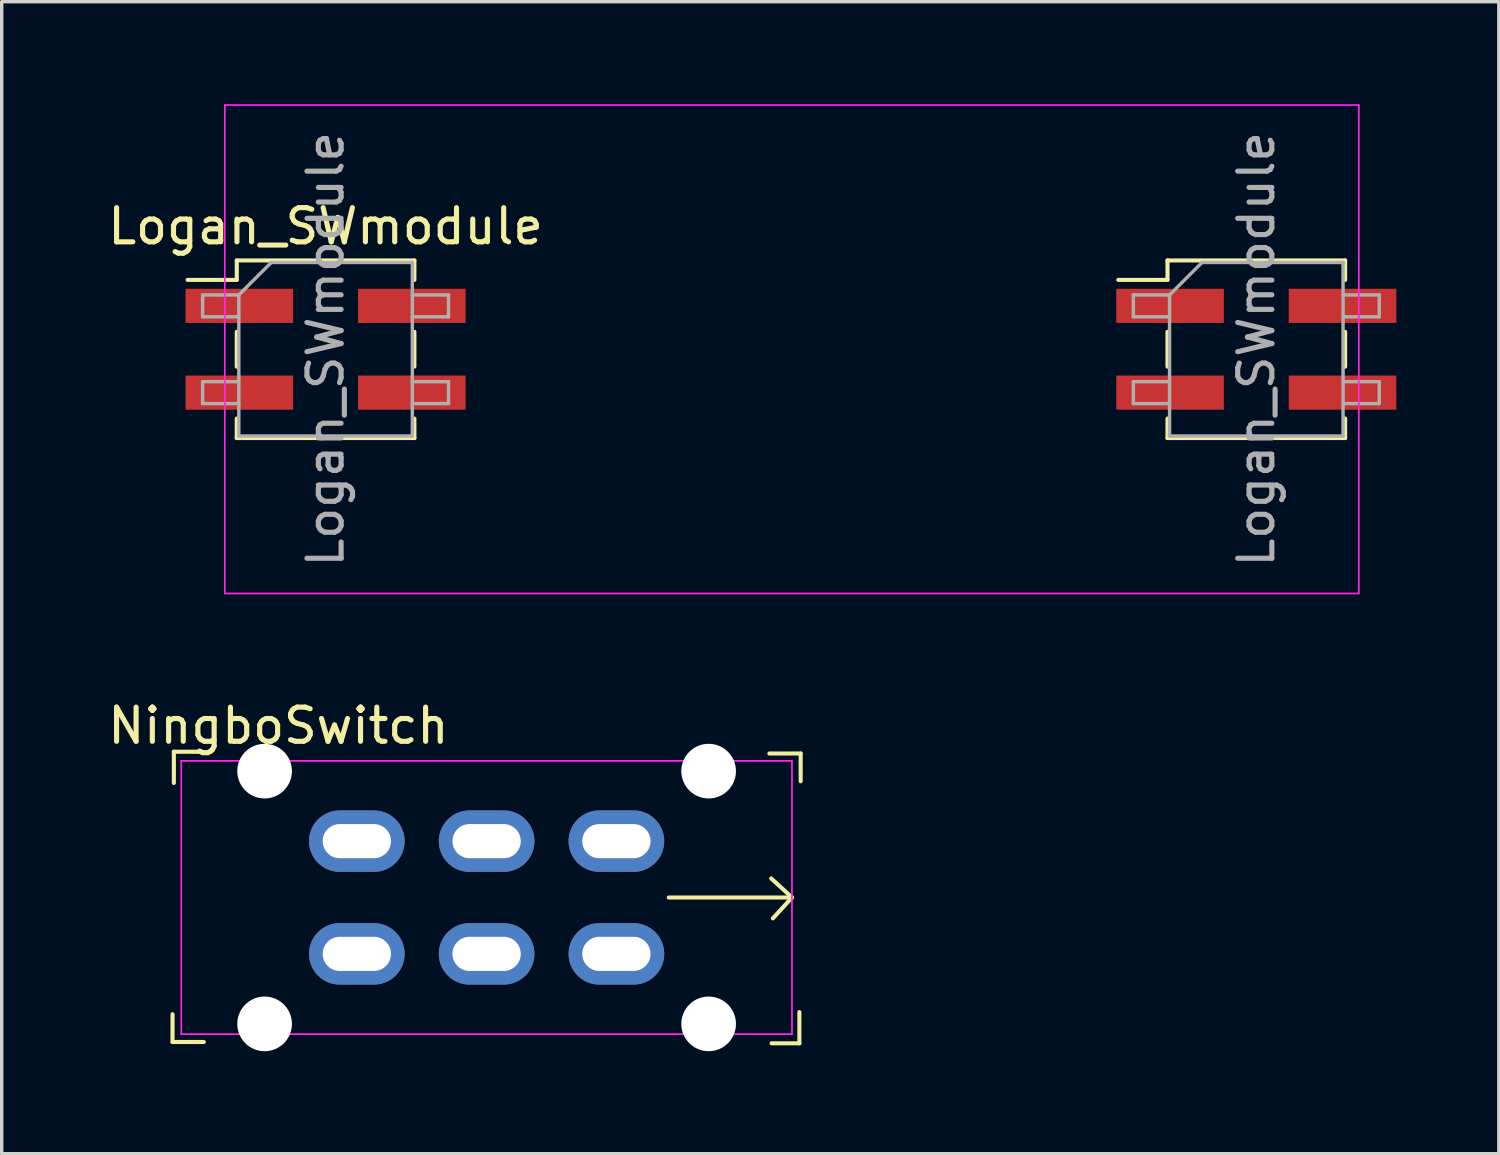
<source format=kicad_pcb>
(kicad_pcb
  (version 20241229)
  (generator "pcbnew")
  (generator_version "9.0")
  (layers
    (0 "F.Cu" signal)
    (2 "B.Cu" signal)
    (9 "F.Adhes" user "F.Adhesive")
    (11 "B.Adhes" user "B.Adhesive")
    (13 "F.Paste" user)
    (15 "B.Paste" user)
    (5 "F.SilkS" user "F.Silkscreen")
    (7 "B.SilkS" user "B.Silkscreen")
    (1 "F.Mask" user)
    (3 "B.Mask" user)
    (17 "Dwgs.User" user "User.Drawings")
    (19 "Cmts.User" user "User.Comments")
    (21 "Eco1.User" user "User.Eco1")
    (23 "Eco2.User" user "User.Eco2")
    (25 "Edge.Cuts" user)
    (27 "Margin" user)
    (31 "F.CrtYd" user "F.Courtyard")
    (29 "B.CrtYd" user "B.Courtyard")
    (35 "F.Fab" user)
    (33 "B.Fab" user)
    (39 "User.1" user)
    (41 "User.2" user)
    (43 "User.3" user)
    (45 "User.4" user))
  (footprint "Logan_SWmodule"
    (layer "F.Cu")
    (at 20.132 7.175)
    (property "Reference" "Logan_SWmodule" (at -13.65 -3.6 0) (layer "F.SilkS") (effects (font (size 1 1) (thickness 0.15))))
    (attr smd)
    (fp_line (start -17.69 -2.03) (end -16.25 -2.03) (stroke (width 0.12) (type solid)) (layer "F.SilkS"))
    (fp_line (start -16.25 -2.6) (end -16.25 -2.03) (stroke (width 0.12) (type solid)) (layer "F.SilkS"))
    (fp_line (start -16.25 -2.6) (end -11.05 -2.6) (stroke (width 0.12) (type solid)) (layer "F.SilkS"))
    (fp_line (start -16.25 -0.51) (end -16.25 0.51) (stroke (width 0.12) (type solid)) (layer "F.SilkS"))
    (fp_line (start -16.25 2.03) (end -16.25 2.6) (stroke (width 0.12) (type solid)) (layer "F.SilkS"))
    (fp_line (start -16.25 2.6) (end -11.05 2.6) (stroke (width 0.12) (type solid)) (layer "F.SilkS"))
    (fp_line (start -11.05 -2.6) (end -11.05 -2.03) (stroke (width 0.12) (type solid)) (layer "F.SilkS"))
    (fp_line (start -11.05 -0.51) (end -11.05 0.51) (stroke (width 0.12) (type solid)) (layer "F.SilkS"))
    (fp_line (start -11.05 2.03) (end -11.05 2.6) (stroke (width 0.12) (type solid)) (layer "F.SilkS"))
    (fp_line (start 9.56 -2.03) (end 11 -2.03) (stroke (width 0.12) (type solid)) (layer "F.SilkS"))
    (fp_line (start 11 -2.6) (end 11 -2.03) (stroke (width 0.12) (type solid)) (layer "F.SilkS"))
    (fp_line (start 11 -2.6) (end 16.2 -2.6) (stroke (width 0.12) (type solid)) (layer "F.SilkS"))
    (fp_line (start 11 -0.51) (end 11 0.51) (stroke (width 0.12) (type solid)) (layer "F.SilkS"))
    (fp_line (start 11 2.03) (end 11 2.6) (stroke (width 0.12) (type solid)) (layer "F.SilkS"))
    (fp_line (start 11 2.6) (end 16.2 2.6) (stroke (width 0.12) (type solid)) (layer "F.SilkS"))
    (fp_line (start 16.2 -2.6) (end 16.2 -2.03) (stroke (width 0.12) (type solid)) (layer "F.SilkS"))
    (fp_line (start 16.2 -0.51) (end 16.2 0.51) (stroke (width 0.12) (type solid)) (layer "F.SilkS"))
    (fp_line (start 16.2 2.03) (end 16.2 2.6) (stroke (width 0.12) (type solid)) (layer "F.SilkS"))
    (fp_line (start -16.6 -7.15) (end -16.6 7.15) (stroke (width 0.05) (type solid)) (layer "F.CrtYd"))
    (fp_line (start 16.6 -7.15) (end -16.6 -7.15) (stroke (width 0.05) (type solid)) (layer "F.CrtYd"))
    (fp_line (start 16.6 7.15) (end -16.6 7.15) (stroke (width 0.05) (type solid)) (layer "F.CrtYd"))
    (fp_line (start 16.6 7.15) (end 16.6 -7.15) (stroke (width 0.05) (type solid)) (layer "F.CrtYd"))
    (fp_line (start -17.25 -1.59) (end -17.25 -0.95) (stroke (width 0.1) (type solid)) (layer "F.Fab"))
    (fp_line (start -17.25 -0.95) (end -16.19 -0.95) (stroke (width 0.1) (type solid)) (layer "F.Fab"))
    (fp_line (start -17.25 0.95) (end -17.25 1.59) (stroke (width 0.1) (type solid)) (layer "F.Fab"))
    (fp_line (start -17.25 1.59) (end -16.19 1.59) (stroke (width 0.1) (type solid)) (layer "F.Fab"))
    (fp_line (start -16.19 -1.59) (end -17.25 -1.59) (stroke (width 0.1) (type solid)) (layer "F.Fab"))
    (fp_line (start -16.19 -1.59) (end -15.24 -2.54) (stroke (width 0.1) (type solid)) (layer "F.Fab"))
    (fp_line (start -16.19 0.95) (end -17.25 0.95) (stroke (width 0.1) (type solid)) (layer "F.Fab"))
    (fp_line (start -16.19 2.54) (end -16.19 -1.59) (stroke (width 0.1) (type solid)) (layer "F.Fab"))
    (fp_line (start -15.24 -2.54) (end -11.11 -2.54) (stroke (width 0.1) (type solid)) (layer "F.Fab"))
    (fp_line (start -11.11 -2.54) (end -11.11 2.54) (stroke (width 0.1) (type solid)) (layer "F.Fab"))
    (fp_line (start -11.11 -1.59) (end -10.05 -1.59) (stroke (width 0.1) (type solid)) (layer "F.Fab"))
    (fp_line (start -11.11 0.95) (end -10.05 0.95) (stroke (width 0.1) (type solid)) (layer "F.Fab"))
    (fp_line (start -11.11 2.54) (end -16.19 2.54) (stroke (width 0.1) (type solid)) (layer "F.Fab"))
    (fp_line (start -10.05 -1.59) (end -10.05 -0.95) (stroke (width 0.1) (type solid)) (layer "F.Fab"))
    (fp_line (start -10.05 -0.95) (end -11.11 -0.95) (stroke (width 0.1) (type solid)) (layer "F.Fab"))
    (fp_line (start -10.05 0.95) (end -10.05 1.59) (stroke (width 0.1) (type solid)) (layer "F.Fab"))
    (fp_line (start -10.05 1.59) (end -11.11 1.59) (stroke (width 0.1) (type solid)) (layer "F.Fab"))
    (fp_line (start 10 -1.59) (end 10 -0.95) (stroke (width 0.1) (type solid)) (layer "F.Fab"))
    (fp_line (start 10 -0.95) (end 11.06 -0.95) (stroke (width 0.1) (type solid)) (layer "F.Fab"))
    (fp_line (start 10 0.95) (end 10 1.59) (stroke (width 0.1) (type solid)) (layer "F.Fab"))
    (fp_line (start 10 1.59) (end 11.06 1.59) (stroke (width 0.1) (type solid)) (layer "F.Fab"))
    (fp_line (start 11.06 -1.59) (end 10 -1.59) (stroke (width 0.1) (type solid)) (layer "F.Fab"))
    (fp_line (start 11.06 -1.59) (end 12.01 -2.54) (stroke (width 0.1) (type solid)) (layer "F.Fab"))
    (fp_line (start 11.06 0.95) (end 10 0.95) (stroke (width 0.1) (type solid)) (layer "F.Fab"))
    (fp_line (start 11.06 2.54) (end 11.06 -1.59) (stroke (width 0.1) (type solid)) (layer "F.Fab"))
    (fp_line (start 12.01 -2.54) (end 16.14 -2.54) (stroke (width 0.1) (type solid)) (layer "F.Fab"))
    (fp_line (start 16.14 -2.54) (end 16.14 2.54) (stroke (width 0.1) (type solid)) (layer "F.Fab"))
    (fp_line (start 16.14 -1.59) (end 17.2 -1.59) (stroke (width 0.1) (type solid)) (layer "F.Fab"))
    (fp_line (start 16.14 0.95) (end 17.2 0.95) (stroke (width 0.1) (type solid)) (layer "F.Fab"))
    (fp_line (start 16.14 2.54) (end 11.06 2.54) (stroke (width 0.1) (type solid)) (layer "F.Fab"))
    (fp_line (start 17.2 -1.59) (end 17.2 -0.95) (stroke (width 0.1) (type solid)) (layer "F.Fab"))
    (fp_line (start 17.2 -0.95) (end 16.14 -0.95) (stroke (width 0.1) (type solid)) (layer "F.Fab"))
    (fp_line (start 17.2 0.95) (end 17.2 1.59) (stroke (width 0.1) (type solid)) (layer "F.Fab"))
    (fp_line (start 17.2 1.59) (end 16.14 1.59) (stroke (width 0.1) (type solid)) (layer "F.Fab"))
    (fp_text user "${REFERENCE}" (at 13.6 0 90) (layer "F.Fab") (effects (font (size 1 1) (thickness 0.15))))
    (fp_text user "${REFERENCE}" (at -13.65 0 90) (layer "F.Fab") (effects (font (size 1 1) (thickness 0.15))))
    (pad "1" smd rect (at 11.075 -1.27) (size 3.15 1) (layers "F.Cu" "F.Mask" "F.Paste"))
    (pad "2" smd rect (at 16.125 -1.27) (size 3.15 1) (layers "F.Cu" "F.Mask" "F.Paste"))
    (pad "3" smd rect (at 11.075 1.27) (size 3.15 1) (layers "F.Cu" "F.Mask" "F.Paste"))
    (pad "4" smd rect (at 16.125 1.27) (size 3.15 1) (layers "F.Cu" "F.Mask" "F.Paste"))
    (pad "5" smd rect (at -16.175 1.27) (size 3.15 1) (layers "F.Cu" "F.Mask" "F.Paste"))
    (pad "6" smd rect (at -11.125 1.27) (size 3.15 1) (layers "F.Cu" "F.Mask" "F.Paste"))
    (pad "7" smd rect (at -16.175 -1.27) (size 3.15 1) (layers "F.Cu" "F.Mask" "F.Paste"))
    (pad "8" smd rect (at -11.125 -1.27) (size 3.15 1) (layers "F.Cu" "F.Mask" "F.Paste")))
  (footprint "NingboSwitch"
    (layer "F.Cu")
    (at 11.197 23.227)
    (property "Reference" "NingboSwitch" (at -6.096 -5.029 180) (layer "F.SilkS") (effects (font (size 1 1) (thickness 0.15))))
    (attr through_hole)
    (fp_line (start -9.196 4.23) (end -9.196 3.417) (stroke (width 0.12) (type solid)) (layer "F.SilkS"))
    (fp_line (start -9.157 -4.268) (end -8.344 -4.268) (stroke (width 0.12) (type solid)) (layer "F.SilkS"))
    (fp_line (start -9.157 -3.354) (end -9.157 -4.268) (stroke (width 0.12) (type solid)) (layer "F.SilkS"))
    (fp_line (start -8.281 4.23) (end -9.196 4.23) (stroke (width 0.12) (type solid)) (layer "F.SilkS"))
    (fp_line (start 8.28 -4.216) (end 9.195 -4.216) (stroke (width 0.12) (type solid)) (layer "F.SilkS"))
    (fp_line (start 8.941 0) (end 5.334 0) (stroke (width 0.12) (type solid)) (layer "F.SilkS"))
    (fp_line (start 8.941 0) (end 8.331 -0.559) (stroke (width 0.12) (type solid)) (layer "F.SilkS"))
    (fp_line (start 8.941 0) (end 8.382 0.61) (stroke (width 0.12) (type solid)) (layer "F.SilkS"))
    (fp_line (start 9.157 3.354) (end 9.157 4.268) (stroke (width 0.12) (type solid)) (layer "F.SilkS"))
    (fp_line (start 9.157 4.268) (end 8.344 4.268) (stroke (width 0.12) (type solid)) (layer "F.SilkS"))
    (fp_line (start 9.195 -4.216) (end 9.195 -3.404) (stroke (width 0.12) (type solid)) (layer "F.SilkS"))
    (fp_line (start -8.94 -4) (end 8.94 -4) (stroke (width 0.05) (type solid)) (layer "F.CrtYd"))
    (fp_line (start -8.94 4) (end -8.94 -4) (stroke (width 0.05) (type solid)) (layer "F.CrtYd"))
    (fp_line (start 8.94 -4) (end 8.94 4) (stroke (width 0.05) (type solid)) (layer "F.CrtYd"))
    (fp_line (start 8.94 4) (end -8.94 4) (stroke (width 0.05) (type solid)) (layer "F.CrtYd"))
    (pad "" np_thru_hole circle (at -6.5 -3.7) (size 1.6 1.6) (drill 1.6) (layers "*.Cu" "*.Mask"))
    (pad "" np_thru_hole circle (at -6.5 3.7) (size 1.6 1.6) (drill 1.6) (layers "*.Cu" "*.Mask"))
    (pad "" np_thru_hole circle (at 6.5 -3.7) (size 1.6 1.6) (drill 1.6) (layers "*.Cu" "*.Mask"))
    (pad "" np_thru_hole circle (at 6.5 3.7) (size 1.6 1.6) (drill 1.6) (layers "*.Cu" "*.Mask"))
    (pad "1" thru_hole oval (at -3.8 1.65) (size 2.8 1.8) (drill oval 2 1) (layers "*.Cu" "*.Mask"))
    (pad "2" thru_hole oval (at -3.8 -1.65) (size 2.8 1.8) (drill oval 2 1) (layers "*.Cu" "*.Mask"))
    (pad "3" thru_hole oval (at 0 -1.65) (size 2.8 1.8) (drill oval 2 1) (layers "*.Cu" "*.Mask"))
    (pad "4" thru_hole oval (at 0 1.65) (size 2.8 1.8) (drill oval 2 1) (layers "*.Cu" "*.Mask"))
    (pad "5" thru_hole oval (at 3.8 -1.65) (size 2.8 1.8) (drill oval 2 1) (layers "*.Cu" "*.Mask"))
    (pad "6" thru_hole oval (at 3.8 1.65) (size 2.8 1.8) (drill oval 2 1) (layers "*.Cu" "*.Mask")))
  (gr_rect
    (start -3 -3)
    (end 40.832 30.727)
    (stroke (width 0.1) (type default))
    (fill no)
    (layer "Edge.Cuts")))
</source>
